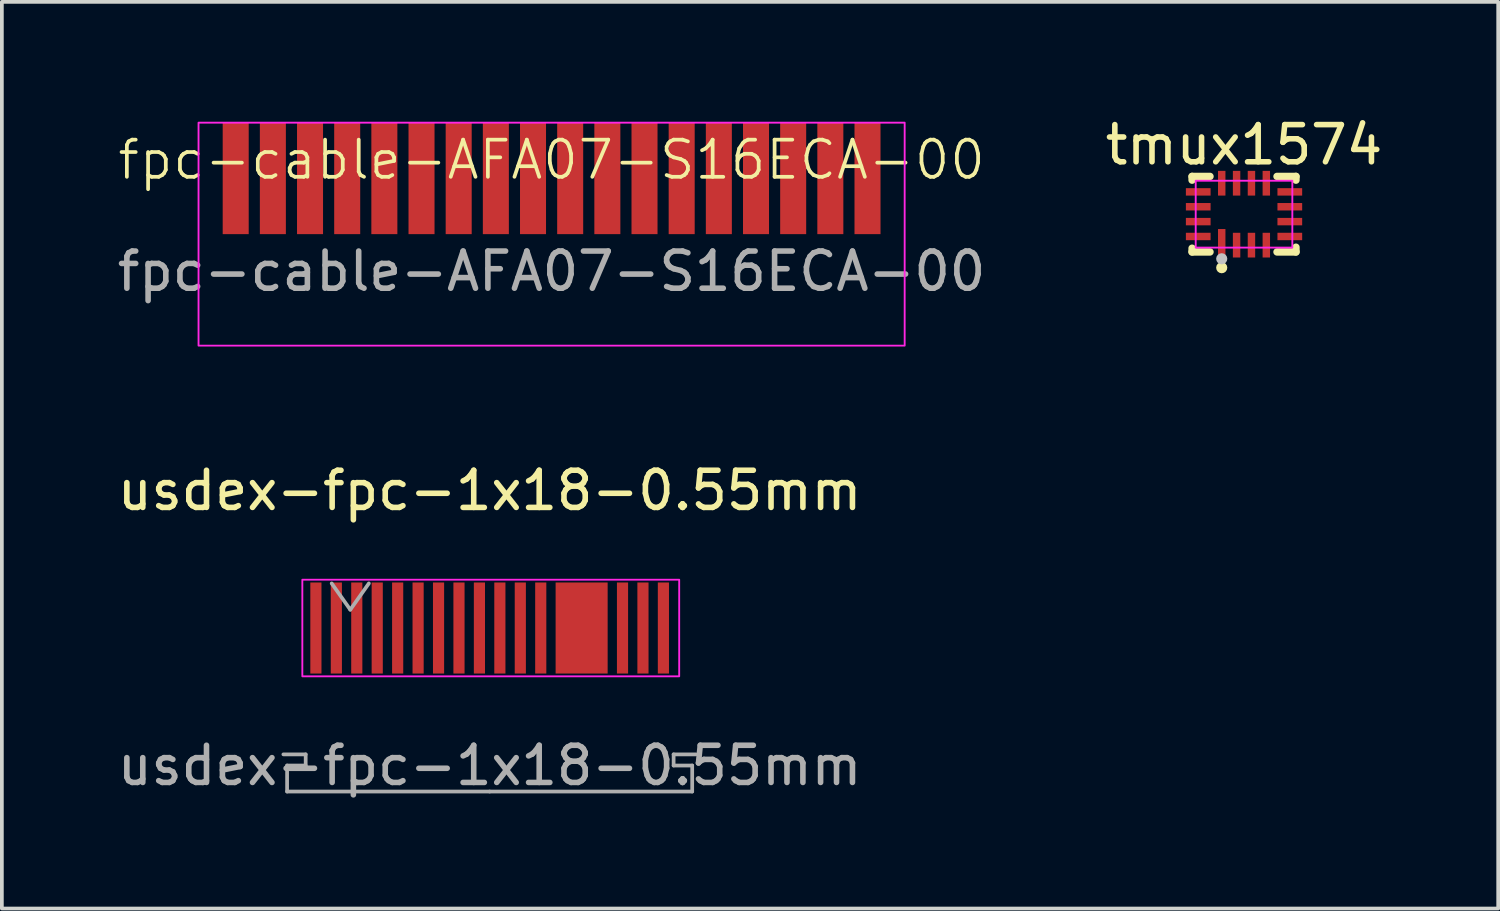
<source format=kicad_pcb>
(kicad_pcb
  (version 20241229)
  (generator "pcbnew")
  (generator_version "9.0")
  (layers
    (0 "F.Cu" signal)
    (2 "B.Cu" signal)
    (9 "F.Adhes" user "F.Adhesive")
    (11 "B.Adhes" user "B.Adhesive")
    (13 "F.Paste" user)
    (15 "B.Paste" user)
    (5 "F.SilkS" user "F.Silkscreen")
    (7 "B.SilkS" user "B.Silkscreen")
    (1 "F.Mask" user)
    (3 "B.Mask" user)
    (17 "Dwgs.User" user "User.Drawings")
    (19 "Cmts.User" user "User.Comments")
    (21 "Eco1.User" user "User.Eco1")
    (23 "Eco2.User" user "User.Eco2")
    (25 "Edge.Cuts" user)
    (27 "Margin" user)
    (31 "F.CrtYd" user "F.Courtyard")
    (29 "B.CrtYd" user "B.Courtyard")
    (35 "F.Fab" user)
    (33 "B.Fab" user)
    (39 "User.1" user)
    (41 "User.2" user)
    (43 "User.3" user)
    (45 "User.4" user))
  (footprint "fpc-cable-AFA07-S16ECA-00"
    (layer "F.Cu")
    (at 11.792 1.75)
    (property "Reference" "fpc-cable-AFA07-S16ECA-00" (at 0 -0.5 0) (unlocked yes) (layer "F.SilkS") (effects (font (size 1 1) (thickness 0.1))))
    (fp_rect (start -9.5 -1.5) (end 9.5 4.5) (stroke (width 0.05) (type default)) (fill no) (layer "F.CrtYd"))
    (fp_rect (start -9.5 -1.7) (end 9.5 4.5) (stroke (width 0.1) (type solid)) (fill no) (layer "User.2"))
    (fp_text user "${REFERENCE}" (at 0 2.5 0) (unlocked yes) (layer "F.Fab") (effects (font (size 1 1) (thickness 0.15))))
    (pad "1" smd rect (at -8.5 0) (size 0.7 3) (layers "F.Cu" "F.Mask" "F.Paste"))
    (pad "2" smd rect (at -7.5 0) (size 0.7 3) (layers "F.Cu" "F.Mask" "F.Paste"))
    (pad "3" smd rect (at -6.5 0) (size 0.7 3) (layers "F.Cu" "F.Mask" "F.Paste"))
    (pad "4" smd rect (at -5.5 0) (size 0.7 3) (layers "F.Cu" "F.Mask" "F.Paste"))
    (pad "5" smd rect (at -4.5 0) (size 0.7 3) (layers "F.Cu" "F.Mask" "F.Paste"))
    (pad "6" smd rect (at -3.5 0) (size 0.7 3) (layers "F.Cu" "F.Mask" "F.Paste"))
    (pad "7" smd rect (at -2.5 0) (size 0.7 3) (layers "F.Cu" "F.Mask" "F.Paste"))
    (pad "8" smd rect (at -1.5 0) (size 0.7 3) (layers "F.Cu" "F.Mask" "F.Paste"))
    (pad "9" smd rect (at -0.5 0) (size 0.7 3) (layers "F.Cu" "F.Mask" "F.Paste"))
    (pad "10" smd rect (at 0.5 0) (size 0.7 3) (layers "F.Cu" "F.Mask" "F.Paste"))
    (pad "11" smd rect (at 1.5 0) (size 0.7 3) (layers "F.Cu" "F.Mask" "F.Paste"))
    (pad "12" smd rect (at 2.5 0) (size 0.7 3) (layers "F.Cu" "F.Mask" "F.Paste"))
    (pad "13" smd rect (at 3.5 0) (size 0.7 3) (layers "F.Cu" "F.Mask" "F.Paste"))
    (pad "14" smd rect (at 4.5 0) (size 0.7 3) (layers "F.Cu" "F.Mask" "F.Paste"))
    (pad "15" smd rect (at 5.5 0) (size 0.7 3) (layers "F.Cu" "F.Mask" "F.Paste"))
    (pad "16" smd rect (at 6.5 0) (size 0.7 3) (layers "F.Cu" "F.Mask" "F.Paste"))
    (pad "17" smd rect (at 7.5 0) (size 0.7 3) (layers "F.Cu" "F.Mask" "F.Paste"))
    (pad "18" smd rect (at 8.5 0) (size 0.7 3) (layers "F.Cu" "F.Mask" "F.Paste")))
  (footprint "tmux1574"
    (layer "F.Cu")
    (at 30.423 2.713)
    (property "Reference" "tmux1574" (at 0 -1.865 0) (layer "F.SilkS") (effects (font (size 1 1) (thickness 0.15))))
    (fp_line (start -1.397 -1.016) (end -1.397 -0.916) (stroke (width 0.2) (type default)) (layer "F.SilkS"))
    (fp_line (start -1.397 0.916) (end -1.397 1.016) (stroke (width 0.2) (type default)) (layer "F.SilkS"))
    (fp_line (start -1.397 1.016) (end -0.916 1.016) (stroke (width 0.2) (type default)) (layer "F.SilkS"))
    (fp_line (start -0.916 -1.016) (end -1.397 -1.016) (stroke (width 0.2) (type default)) (layer "F.SilkS"))
    (fp_line (start 0.888 -1.016) (end 1.397 -1.016) (stroke (width 0.2) (type default)) (layer "F.SilkS"))
    (fp_line (start 1.397 -1.016) (end 1.397 -0.916) (stroke (width 0.2) (type default)) (layer "F.SilkS"))
    (fp_line (start 1.397 0.889) (end 1.397 1.016) (stroke (width 0.2) (type default)) (layer "F.SilkS"))
    (fp_line (start 1.397 1.016) (end 0.888 1.016) (stroke (width 0.2) (type default)) (layer "F.SilkS"))
    (fp_circle (center -0.6 1.44) (end -0.525 1.44) (stroke (width 0.15) (type default)) (fill no) (layer "F.SilkS"))
    (fp_circle (center -0.6 1.2) (end -0.525 1.2) (stroke (width 0.15) (type default)) (fill no) (layer "Dwgs.User"))
    (fp_rect (start -1.3 -0.9) (end 1.3 0.9) (stroke (width 0.05) (type default)) (fill no) (layer "F.CrtYd"))
    (fp_poly (pts (xy -0.9 -0.5) (xy -0.9 -0.7) (xy -1.3 -0.7) (xy -1.3 -0.5)) (stroke (width 0.1) (type default)) (fill no) (layer "User.1"))
    (fp_poly (pts (xy -0.9 -0.1) (xy -0.9 -0.3) (xy -1.3 -0.3) (xy -1.3 -0.1)) (stroke (width 0.1) (type default)) (fill no) (layer "User.1"))
    (fp_poly (pts (xy -0.9 0.3) (xy -0.9 0.1) (xy -1.3 0.1) (xy -1.3 0.3)) (stroke (width 0.1) (type default)) (fill no) (layer "User.1"))
    (fp_poly (pts (xy -0.9 0.7) (xy -0.9 0.5) (xy -1.3 0.5) (xy -1.3 0.7)) (stroke (width 0.1) (type default)) (fill no) (layer "User.1"))
    (fp_poly (pts (xy -0.701 -0.9) (xy -0.701 -0.5) (xy -0.5 -0.5) (xy -0.5 -0.9)) (stroke (width 0.1) (type default)) (fill no) (layer "User.1"))
    (fp_poly (pts (xy -0.701 0.9) (xy -0.5 0.9) (xy -0.5 0.4) (xy -0.701 0.4)) (stroke (width 0.1) (type default)) (fill no) (layer "User.1"))
    (fp_poly (pts (xy -0.3 -0.9) (xy -0.3 -0.5) (xy -0.101 -0.5) (xy -0.101 -0.9)) (stroke (width 0.1) (type default)) (fill no) (layer "User.1"))
    (fp_poly (pts (xy -0.3 0.9) (xy -0.3 0.5) (xy -0.101 0.5) (xy -0.101 0.9)) (stroke (width 0.1) (type default)) (fill no) (layer "User.1"))
    (fp_poly (pts (xy 0.1 -0.9) (xy 0.1 -0.5) (xy 0.299 -0.5) (xy 0.299 -0.9)) (stroke (width 0.1) (type default)) (fill no) (layer "User.1"))
    (fp_poly (pts (xy 0.1 0.9) (xy 0.1 0.5) (xy 0.299 0.5) (xy 0.299 0.9)) (stroke (width 0.1) (type default)) (fill no) (layer "User.1"))
    (fp_poly (pts (xy 0.499 -0.9) (xy 0.499 -0.5) (xy 0.7 -0.5) (xy 0.7 -0.9)) (stroke (width 0.1) (type default)) (fill no) (layer "User.1"))
    (fp_poly (pts (xy 0.499 0.9) (xy 0.499 0.5) (xy 0.7 0.5) (xy 0.7 0.9)) (stroke (width 0.1) (type default)) (fill no) (layer "User.1"))
    (fp_poly (pts (xy 0.899 -0.5) (xy 0.899 -0.7) (xy 1.3 -0.7) (xy 1.3 -0.5)) (stroke (width 0.1) (type default)) (fill no) (layer "User.1"))
    (fp_poly (pts (xy 0.899 -0.1) (xy 0.899 -0.3) (xy 1.3 -0.3) (xy 1.3 -0.1)) (stroke (width 0.1) (type default)) (fill no) (layer "User.1"))
    (fp_poly (pts (xy 0.899 0.3) (xy 0.899 0.1) (xy 1.3 0.1) (xy 1.3 0.3)) (stroke (width 0.1) (type default)) (fill no) (layer "User.1"))
    (fp_poly (pts (xy 0.899 0.7) (xy 0.899 0.5) (xy 1.3 0.5) (xy 1.3 0.7)) (stroke (width 0.1) (type default)) (fill no) (layer "User.1"))
    (fp_line (start -1.3 -0.9) (end 1.3 -0.9) (stroke (width 0.051) (type default)) (layer "User.2"))
    (fp_line (start -1.3 0.9) (end -1.3 -0.9) (stroke (width 0.051) (type default)) (layer "User.2"))
    (fp_line (start 1.3 -0.9) (end 1.3 0.9) (stroke (width 0.051) (type default)) (layer "User.2"))
    (fp_line (start 1.3 0.9) (end -1.3 0.9) (stroke (width 0.051) (type default)) (layer "User.2"))
    (fp_poly (pts (xy -1.245 0.877) (xy -1.277 0.845) (xy -1.323 0.845) (xy -1.355 0.877) (xy -1.355 0.923) (xy -1.323 0.955) (xy -1.277 0.955) (xy -1.245 0.923)) (stroke (width 0.1) (type default)) (fill no) (layer "User.3"))
    (pad "1" smd rect (at -0.6 0.782) (size 0.2 0.765) (layers "F.Cu" "F.Mask" "F.Paste"))
    (pad "2" smd rect (at -0.2 0.833) (size 0.2 0.665) (layers "F.Cu" "F.Mask" "F.Paste"))
    (pad "3" smd rect (at 0.2 0.833) (size 0.2 0.665) (layers "F.Cu" "F.Mask" "F.Paste"))
    (pad "4" smd rect (at 0.6 0.833) (size 0.2 0.665) (layers "F.Cu" "F.Mask" "F.Paste"))
    (pad "5" smd rect (at 1.232 0.6) (size 0.665 0.2) (layers "F.Cu" "F.Mask" "F.Paste"))
    (pad "6" smd rect (at 1.232 0.2) (size 0.665 0.2) (layers "F.Cu" "F.Mask" "F.Paste"))
    (pad "7" smd rect (at 1.232 -0.2) (size 0.665 0.2) (layers "F.Cu" "F.Mask" "F.Paste"))
    (pad "8" smd rect (at 1.232 -0.6) (size 0.665 0.2) (layers "F.Cu" "F.Mask" "F.Paste"))
    (pad "9" smd rect (at 0.6 -0.833) (size 0.2 0.665) (layers "F.Cu" "F.Mask" "F.Paste"))
    (pad "10" smd rect (at 0.2 -0.833) (size 0.2 0.665) (layers "F.Cu" "F.Mask" "F.Paste"))
    (pad "11" smd rect (at -0.2 -0.833) (size 0.2 0.665) (layers "F.Cu" "F.Mask" "F.Paste"))
    (pad "12" smd rect (at -0.6 -0.833) (size 0.2 0.665) (layers "F.Cu" "F.Mask" "F.Paste"))
    (pad "13" smd rect (at -1.232 -0.6) (size 0.665 0.2) (layers "F.Cu" "F.Mask" "F.Paste"))
    (pad "14" smd rect (at -1.232 -0.2) (size 0.665 0.2) (layers "F.Cu" "F.Mask" "F.Paste"))
    (pad "15" smd rect (at -1.232 0.2) (size 0.665 0.2) (layers "F.Cu" "F.Mask" "F.Paste"))
    (pad "16" smd rect (at -1.232 0.6) (size 0.665 0.2) (layers "F.Cu" "F.Mask" "F.Paste")))
  (footprint "usdex-fpc-1x18-0.55mm"
    (layer "F.Cu")
    (at 10.125 13.848)
    (property "Reference" "usdex-fpc-1x18-0.55mm" (at 0 -3.7 0) (layer "F.SilkS") (effects (font (size 1 1) (thickness 0.15))))
    (attr smd)
    (fp_rect (start -5.04 -1.3) (end 5.1 1.3) (stroke (width 0.05) (type solid)) (fill no) (layer "F.CrtYd"))
    (fp_line (start -5.55 3.4) (end -4.95 3.4) (stroke (width 0.1) (type solid)) (layer "F.Fab"))
    (fp_line (start -5.45 3.7) (end -5.45 4.4) (stroke (width 0.1) (type solid)) (layer "F.Fab"))
    (fp_line (start -5.45 4.4) (end 0 4.4) (stroke (width 0.1) (type solid)) (layer "F.Fab"))
    (fp_line (start -4.95 3.4) (end -4.95 3.7) (stroke (width 0.1) (type solid)) (layer "F.Fab"))
    (fp_line (start -4.95 3.7) (end -5.45 3.7) (stroke (width 0.1) (type solid)) (layer "F.Fab"))
    (fp_line (start -4.25 -1.2) (end -3.75 -0.493) (stroke (width 0.1) (type solid)) (layer "F.Fab"))
    (fp_line (start -3.75 -0.493) (end -3.25 -1.2) (stroke (width 0.1) (type solid)) (layer "F.Fab"))
    (fp_line (start 4.95 3.4) (end 4.95 3.7) (stroke (width 0.1) (type solid)) (layer "F.Fab"))
    (fp_line (start 4.95 3.7) (end 5.45 3.7) (stroke (width 0.1) (type solid)) (layer "F.Fab"))
    (fp_line (start 5.45 3.7) (end 5.45 4.4) (stroke (width 0.1) (type solid)) (layer "F.Fab"))
    (fp_line (start 5.45 4.4) (end 0 4.4) (stroke (width 0.1) (type solid)) (layer "F.Fab"))
    (fp_line (start 5.55 3.4) (end 4.95 3.4) (stroke (width 0.1) (type solid)) (layer "F.Fab"))
    (fp_text user "${REFERENCE}" (at 0 3.7 0) (layer "F.Fab") (effects (font (size 1 1) (thickness 0.15))))
    (pad "1" smd rect (at -4.675 0) (size 0.3 2.45) (layers "F.Cu" "F.Mask" "F.Paste"))
    (pad "2" smd rect (at -4.125 0) (size 0.3 2.45) (layers "F.Cu" "F.Mask" "F.Paste"))
    (pad "3" smd rect (at -3.575 0) (size 0.3 2.45) (layers "F.Cu" "F.Mask" "F.Paste"))
    (pad "4" smd rect (at -3.025 0) (size 0.3 2.45) (layers "F.Cu" "F.Mask" "F.Paste"))
    (pad "5" smd rect (at -2.475 0) (size 0.3 2.45) (layers "F.Cu" "F.Mask" "F.Paste"))
    (pad "6" smd rect (at -1.925 0) (size 0.3 2.45) (layers "F.Cu" "F.Mask" "F.Paste"))
    (pad "7" smd rect (at -1.375 0) (size 0.3 2.45) (layers "F.Cu" "F.Mask" "F.Paste"))
    (pad "8" smd rect (at -0.825 0) (size 0.3 2.45) (layers "F.Cu" "F.Mask" "F.Paste"))
    (pad "9" smd rect (at -0.275 0) (size 0.3 2.45) (layers "F.Cu" "F.Mask" "F.Paste"))
    (pad "10" smd rect (at 0.275 0) (size 0.3 2.45) (layers "F.Cu" "F.Mask" "F.Paste"))
    (pad "11" smd rect (at 0.825 0) (size 0.3 2.45) (layers "F.Cu" "F.Mask" "F.Paste"))
    (pad "12" smd rect (at 1.375 0) (size 0.3 2.45) (layers "F.Cu" "F.Mask" "F.Paste"))
    (pad "13" smd rect (at 2.475 0) (size 1.4 2.45) (layers "F.Cu" "F.Mask" "F.Paste"))
    (pad "14" smd rect (at 3.575 0) (size 0.3 2.45) (layers "F.Cu" "F.Mask" "F.Paste"))
    (pad "15" smd rect (at 4.125 0) (size 0.3 2.45) (layers "F.Cu" "F.Mask" "F.Paste"))
    (pad "16" smd rect (at 4.675 0) (size 0.3 2.45) (layers "F.Cu" "F.Mask" "F.Paste")))
  (gr_rect
    (start -3 -3)
    (end 37.262 21.396)
    (stroke (width 0.1) (type default))
    (fill no)
    (layer "Edge.Cuts")))
</source>
